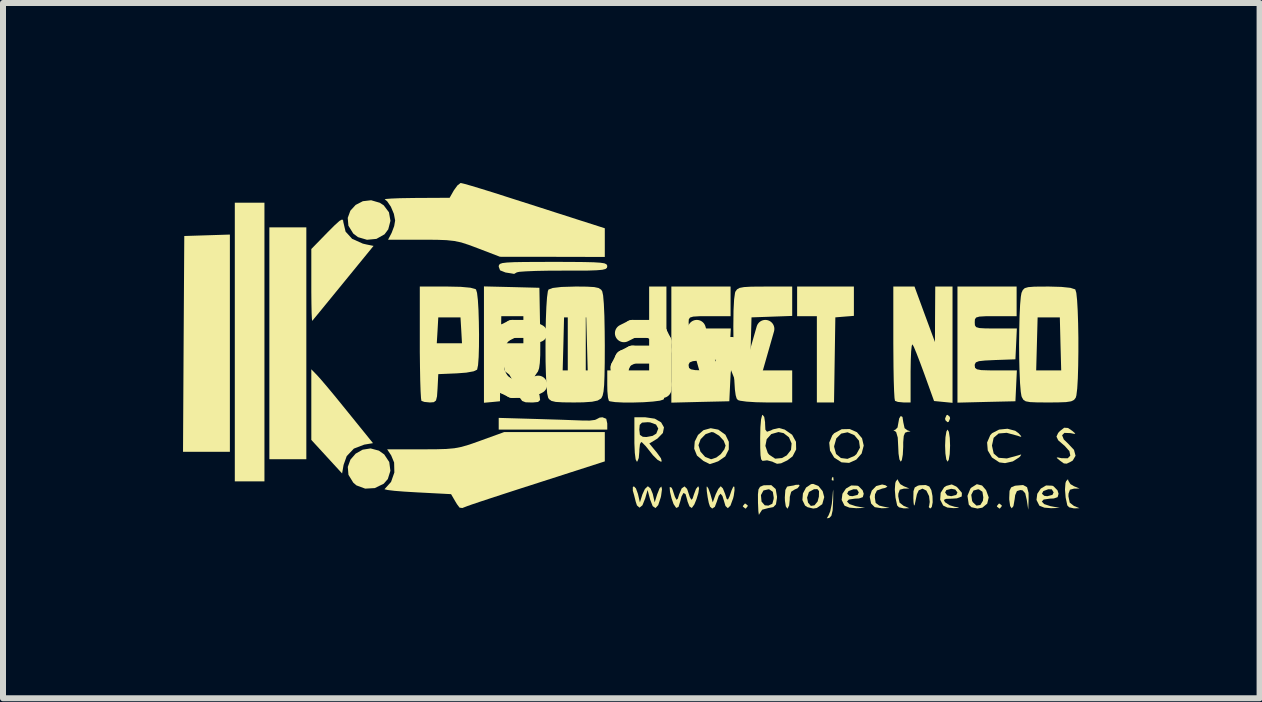
<source format=kicad_pcb>
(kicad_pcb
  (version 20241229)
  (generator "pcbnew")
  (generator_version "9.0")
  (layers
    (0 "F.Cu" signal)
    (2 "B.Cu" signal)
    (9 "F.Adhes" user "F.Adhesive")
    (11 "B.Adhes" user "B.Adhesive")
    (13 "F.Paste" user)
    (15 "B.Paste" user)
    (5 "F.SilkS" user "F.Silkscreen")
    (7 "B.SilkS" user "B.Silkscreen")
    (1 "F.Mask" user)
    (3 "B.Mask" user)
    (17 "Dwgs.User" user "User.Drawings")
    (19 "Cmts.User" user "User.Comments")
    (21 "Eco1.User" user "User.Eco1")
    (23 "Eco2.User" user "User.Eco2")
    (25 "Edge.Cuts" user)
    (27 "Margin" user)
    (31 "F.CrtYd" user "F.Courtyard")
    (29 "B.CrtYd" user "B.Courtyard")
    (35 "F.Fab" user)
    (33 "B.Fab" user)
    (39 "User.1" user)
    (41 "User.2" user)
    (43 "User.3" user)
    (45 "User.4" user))
  (footprint "claw"
    (layer "F.Cu")
    (at 7.419 2.753)
    (property "Reference" "claw" (at 0 0 0) (layer "F.SilkS") (effects (font (size 1.5 1.5) (thickness 0.3))))
    (attr board_only exclude_from_pos_files exclude_from_bom)
    (fp_poly (pts (xy 3.418 2.151) (xy 3.423 2.2) (xy 3.418 2.206) (xy 3.394 2.2) (xy 3.391 2.178) (xy 3.406 2.144)) (stroke (width 0) (type solid)) (fill yes) (layer "F.SilkS"))
    (fp_poly (pts (xy -6.638 -0.084) (xy -6.638 1.726) (xy -7.029 1.726) (xy -7.419 1.726) (xy -7.409 -0.072) (xy -7.398 -1.87) (xy -7.018 -1.882) (xy -6.638 -1.894)) (stroke (width 0) (type solid)) (fill yes) (layer "F.SilkS"))
    (fp_poly (pts (xy -6.062 -0.103) (xy -6.062 2.219) (xy -6.309 2.219) (xy -6.556 2.219) (xy -6.556 -0.103) (xy -6.556 -2.425) (xy -6.309 -2.425) (xy -6.062 -2.425)) (stroke (width 0) (type solid)) (fill yes) (layer "F.SilkS"))
    (fp_poly (pts (xy -5.364 -0.082) (xy -5.364 1.85) (xy -5.672 1.85) (xy -5.98 1.85) (xy -5.98 -0.082) (xy -5.98 -2.014) (xy -5.672 -2.014) (xy -5.364 -2.014)) (stroke (width 0) (type solid)) (fill yes) (layer "F.SilkS"))
    (fp_poly (pts (xy 1.992 2.621) (xy 1.993 2.63) (xy 1.962 2.67) (xy 1.952 2.672) (xy 1.912 2.64) (xy 1.911 2.63) (xy 1.942 2.591) (xy 1.952 2.589)) (stroke (width 0) (type solid)) (fill yes) (layer "F.SilkS"))
    (fp_poly (pts (xy 5.359 1.143) (xy 5.364 1.171) (xy 5.341 1.226) (xy 5.322 1.233) (xy 5.286 1.2) (xy 5.281 1.171) (xy 5.304 1.117) (xy 5.322 1.11)) (stroke (width 0) (type solid)) (fill yes) (layer "F.SilkS"))
    (fp_poly (pts (xy 6.226 2.621) (xy 6.227 2.63) (xy 6.195 2.67) (xy 6.186 2.672) (xy 6.146 2.64) (xy 6.144 2.63) (xy 6.176 2.591) (xy 6.186 2.589)) (stroke (width 0) (type solid)) (fill yes) (layer "F.SilkS"))
    (fp_poly (pts (xy 5.344 1.394) (xy 5.359 1.494) (xy 5.364 1.623) (xy 5.358 1.763) (xy 5.342 1.859) (xy 5.322 1.891) (xy 5.301 1.853) (xy 5.286 1.753) (xy 5.281 1.623) (xy 5.287 1.484) (xy 5.303 1.388) (xy 5.322 1.356)) (stroke (width 0) (type solid)) (fill yes) (layer "F.SilkS"))
    (fp_poly (pts (xy 3.417 2.393) (xy 3.416 2.511) (xy 3.415 2.545) (xy 3.407 2.702) (xy 3.386 2.792) (xy 3.35 2.829) (xy 3.31 2.834) (xy 3.334 2.793) (xy 3.337 2.79) (xy 3.367 2.717) (xy 3.393 2.595) (xy 3.402 2.506) (xy 3.411 2.393) (xy 3.416 2.355)) (stroke (width 0) (type solid)) (fill yes) (layer "F.SilkS"))
    (fp_poly (pts (xy -5.182 0.453) (xy -5.122 0.52) (xy -5.022 0.637) (xy -4.894 0.791) (xy -4.75 0.968) (xy -4.668 1.069) (xy -4.253 1.582) (xy -4.4 1.607) (xy -4.572 1.673) (xy -4.691 1.798) (xy -4.743 1.944) (xy -4.768 2.087) (xy -5.025 1.807) (xy -5.281 1.528) (xy -5.281 0.94) (xy -5.281 0.351)) (stroke (width 0) (type solid)) (fill yes) (layer "F.SilkS"))
    (fp_poly (pts (xy -4.155 1.707) (xy -4.066 1.77) (xy -3.982 1.897) (xy -3.963 2.043) (xy -4.006 2.18) (xy -4.074 2.258) (xy -4.223 2.331) (xy -4.383 2.34) (xy -4.529 2.286) (xy -4.582 2.24) (xy -4.662 2.11) (xy -4.673 1.978) (xy -4.629 1.857) (xy -4.542 1.757) (xy -4.426 1.691) (xy -4.293 1.67)) (stroke (width 0) (type solid)) (fill yes) (layer "F.SilkS"))
    (fp_poly (pts (xy -4.14 -2.424) (xy -4.074 -2.381) (xy -3.987 -2.265) (xy -3.962 -2.123) (xy -3.999 -1.981) (xy -4.061 -1.898) (xy -4.196 -1.822) (xy -4.353 -1.807) (xy -4.503 -1.851) (xy -4.582 -1.911) (xy -4.663 -2.042) (xy -4.674 -2.172) (xy -4.63 -2.292) (xy -4.542 -2.388) (xy -4.422 -2.45) (xy -4.284 -2.466)) (stroke (width 0) (type solid)) (fill yes) (layer "F.SilkS"))
    (fp_poly (pts (xy 3.761 -0.783) (xy 3.761 -0.539) (xy 3.607 -0.527) (xy 3.452 -0.514) (xy 3.441 0.195) (xy 3.43 0.904) (xy 3.287 0.904) (xy 3.144 0.904) (xy 3.144 0.185) (xy 3.144 -0.534) (xy 2.98 -0.534) (xy 2.815 -0.534) (xy 2.815 -0.781) (xy 2.815 -1.028) (xy 3.288 -1.028) (xy 3.761 -1.028)) (stroke (width 0) (type solid)) (fill yes) (layer "F.SilkS"))
    (fp_poly (pts (xy -0.366 1.176) (xy -0.349 1.254) (xy -0.349 1.356) (xy -1.254 1.356) (xy -2.158 1.356) (xy -2.158 1.259) (xy -2.158 1.161) (xy -1.572 1.178) (xy -1.339 1.185) (xy -1.115 1.192) (xy -0.924 1.199) (xy -0.787 1.204) (xy -0.768 1.205) (xy -0.642 1.206) (xy -0.554 1.195) (xy -0.529 1.184) (xy -0.476 1.156) (xy -0.429 1.151)) (stroke (width 0) (type solid)) (fill yes) (layer "F.SilkS"))
    (fp_poly (pts (xy 2.856 2.292) (xy 2.822 2.334) (xy 2.774 2.355) (xy 2.716 2.392) (xy 2.693 2.477) (xy 2.692 2.524) (xy 2.682 2.62) (xy 2.657 2.67) (xy 2.651 2.672) (xy 2.626 2.635) (xy 2.612 2.542) (xy 2.61 2.487) (xy 2.619 2.362) (xy 2.648 2.307) (xy 2.668 2.302) (xy 2.759 2.287) (xy 2.791 2.277) (xy 2.846 2.275)) (stroke (width 0) (type solid)) (fill yes) (layer "F.SilkS"))
    (fp_poly (pts (xy 4.288 2.284) (xy 4.32 2.308) (xy 4.28 2.329) (xy 4.233 2.339) (xy 4.145 2.371) (xy 4.113 2.435) (xy 4.11 2.487) (xy 4.124 2.578) (xy 4.183 2.622) (xy 4.233 2.635) (xy 4.357 2.662) (xy 4.225 2.667) (xy 4.109 2.649) (xy 4.048 2.588) (xy 4.025 2.477) (xy 4.059 2.373) (xy 4.133 2.297) (xy 4.232 2.271)) (stroke (width 0) (type solid)) (fill yes) (layer "F.SilkS"))
    (fp_poly (pts (xy 4.5 2.21) (xy 4.534 2.265) (xy 4.593 2.3) (xy 4.685 2.338) (xy 4.593 2.34) (xy 4.526 2.358) (xy 4.502 2.423) (xy 4.5 2.467) (xy 4.522 2.573) (xy 4.593 2.629) (xy 4.685 2.666) (xy 4.592 2.669) (xy 4.512 2.651) (xy 4.482 2.62) (xy 4.454 2.489) (xy 4.443 2.354) (xy 4.451 2.248) (xy 4.462 2.216) (xy 4.493 2.183)) (stroke (width 0) (type solid)) (fill yes) (layer "F.SilkS"))
    (fp_poly (pts (xy 7.336 2.21) (xy 7.37 2.265) (xy 7.429 2.3) (xy 7.521 2.338) (xy 7.429 2.34) (xy 7.362 2.358) (xy 7.338 2.423) (xy 7.336 2.467) (xy 7.358 2.573) (xy 7.429 2.629) (xy 7.521 2.666) (xy 7.428 2.669) (xy 7.348 2.651) (xy 7.318 2.62) (xy 7.29 2.489) (xy 7.279 2.354) (xy 7.287 2.248) (xy 7.298 2.216) (xy 7.329 2.183)) (stroke (width 0) (type solid)) (fill yes) (layer "F.SilkS"))
    (fp_poly (pts (xy 6.647 2.316) (xy 6.672 2.411) (xy 6.673 2.501) (xy 6.667 2.692) (xy 6.642 2.528) (xy 6.616 2.417) (xy 6.574 2.37) (xy 6.535 2.363) (xy 6.478 2.381) (xy 6.449 2.448) (xy 6.44 2.517) (xy 6.42 2.631) (xy 6.391 2.668) (xy 6.365 2.63) (xy 6.35 2.521) (xy 6.35 2.491) (xy 6.355 2.377) (xy 6.381 2.32) (xy 6.44 2.294) (xy 6.46 2.29) (xy 6.581 2.28)) (stroke (width 0) (type solid)) (fill yes) (layer "F.SilkS"))
    (fp_poly (pts (xy -4.75 -2.128) (xy -4.748 -2.104) (xy -4.71 -1.943) (xy -4.601 -1.823) (xy -4.422 -1.743) (xy -4.362 -1.729) (xy -4.244 -1.705) (xy -4.747 -1.089) (xy -4.904 -0.897) (xy -5.042 -0.728) (xy -5.154 -0.591) (xy -5.231 -0.498) (xy -5.265 -0.456) (xy -5.266 -0.456) (xy -5.271 -0.488) (xy -5.276 -0.589) (xy -5.279 -0.744) (xy -5.281 -0.941) (xy -5.281 -1.046) (xy -5.281 -1.653) (xy -5.015 -1.926) (xy -4.89 -2.051) (xy -4.811 -2.122) (xy -4.767 -2.146)) (stroke (width 0) (type solid)) (fill yes) (layer "F.SilkS"))
    (fp_poly (pts (xy 5.018 2.305) (xy 5.052 2.367) (xy 5.071 2.465) (xy 5.074 2.568) (xy 5.059 2.647) (xy 5.032 2.672) (xy 5.008 2.646) (xy 5.015 2.629) (xy 5.025 2.562) (xy 5.014 2.465) (xy 4.969 2.373) (xy 4.904 2.34) (xy 4.842 2.368) (xy 4.811 2.435) (xy 4.787 2.55) (xy 4.774 2.61) (xy 4.763 2.623) (xy 4.755 2.566) (xy 4.752 2.501) (xy 4.754 2.383) (xy 4.775 2.321) (xy 4.827 2.291) (xy 4.854 2.284) (xy 4.959 2.28)) (stroke (width 0) (type solid)) (fill yes) (layer "F.SilkS"))
    (fp_poly (pts (xy 0.637 -0.111) (xy 0.636 0.221) (xy 0.631 0.477) (xy 0.622 0.662) (xy 0.61 0.783) (xy 0.594 0.846) (xy 0.588 0.855) (xy 0.529 0.874) (xy 0.411 0.889) (xy 0.256 0.9) (xy 0.084 0.905) (xy -0.081 0.905) (xy -0.218 0.898) (xy -0.305 0.885) (xy -0.322 0.877) (xy -0.337 0.824) (xy -0.347 0.715) (xy -0.349 0.61) (xy -0.349 0.37) (xy 0 0.37) (xy 0.349 0.37) (xy 0.349 -0.329) (xy 0.349 -1.028) (xy 0.493 -1.028) (xy 0.637 -1.028)) (stroke (width 0) (type solid)) (fill yes) (layer "F.SilkS"))
    (fp_poly (pts (xy 3.17 2.296) (xy 3.24 2.382) (xy 3.267 2.481) (xy 3.234 2.599) (xy 3.143 2.663) (xy 3.083 2.672) (xy 2.988 2.649) (xy 2.947 2.622) (xy 2.903 2.53) (xy 2.906 2.49) (xy 2.981 2.49) (xy 2.997 2.574) (xy 3.044 2.628) (xy 3.104 2.618) (xy 3.156 2.555) (xy 3.178 2.473) (xy 3.18 2.381) (xy 3.153 2.348) (xy 3.096 2.35) (xy 3.012 2.396) (xy 2.981 2.49) (xy 2.906 2.49) (xy 2.912 2.42) (xy 2.964 2.322) (xy 3.048 2.265) (xy 3.083 2.261)) (stroke (width 0) (type solid)) (fill yes) (layer "F.SilkS"))
    (fp_poly (pts (xy 5.897 2.288) (xy 5.964 2.365) (xy 6.008 2.486) (xy 5.983 2.59) (xy 5.902 2.657) (xy 5.821 2.672) (xy 5.72 2.65) (xy 5.676 2.607) (xy 5.654 2.461) (xy 5.66 2.444) (xy 5.717 2.444) (xy 5.731 2.542) (xy 5.742 2.565) (xy 5.804 2.623) (xy 5.868 2.613) (xy 5.911 2.543) (xy 5.918 2.486) (xy 5.903 2.392) (xy 5.847 2.354) (xy 5.831 2.351) (xy 5.754 2.372) (xy 5.717 2.444) (xy 5.66 2.444) (xy 5.702 2.341) (xy 5.716 2.325) (xy 5.81 2.266)) (stroke (width 0) (type solid)) (fill yes) (layer "F.SilkS"))
    (fp_poly (pts (xy 6.45 1.376) (xy 6.505 1.416) (xy 6.552 1.469) (xy 6.539 1.476) (xy 6.494 1.46) (xy 6.308 1.41) (xy 6.173 1.421) (xy 6.09 1.493) (xy 6.062 1.623) (xy 6.091 1.755) (xy 6.174 1.826) (xy 6.31 1.837) (xy 6.494 1.787) (xy 6.55 1.77) (xy 6.537 1.796) (xy 6.514 1.82) (xy 6.41 1.886) (xy 6.28 1.915) (xy 6.186 1.903) (xy 6.062 1.821) (xy 5.992 1.703) (xy 5.981 1.571) (xy 6.034 1.448) (xy 6.064 1.416) (xy 6.181 1.356) (xy 6.321 1.342)) (stroke (width 0) (type solid)) (fill yes) (layer "F.SilkS"))
    (fp_poly (pts (xy 4.571 1.146) (xy 4.583 1.225) (xy 4.583 1.228) (xy 4.606 1.333) (xy 4.655 1.369) (xy 4.705 1.385) (xy 4.676 1.391) (xy 4.655 1.393) (xy 4.614 1.409) (xy 4.592 1.462) (xy 4.583 1.57) (xy 4.583 1.644) (xy 4.576 1.775) (xy 4.56 1.864) (xy 4.542 1.891) (xy 4.52 1.853) (xy 4.505 1.756) (xy 4.5 1.647) (xy 4.492 1.489) (xy 4.466 1.399) (xy 4.449 1.384) (xy 4.419 1.365) (xy 4.449 1.36) (xy 4.488 1.322) (xy 4.5 1.256) (xy 4.516 1.169) (xy 4.542 1.13)) (stroke (width 0) (type solid)) (fill yes) (layer "F.SilkS"))
    (fp_poly (pts (xy 3.812 1.4) (xy 3.897 1.501) (xy 3.925 1.623) (xy 3.89 1.755) (xy 3.801 1.857) (xy 3.681 1.911) (xy 3.555 1.902) (xy 3.433 1.823) (xy 3.363 1.706) (xy 3.357 1.645) (xy 3.432 1.645) (xy 3.464 1.762) (xy 3.545 1.83) (xy 3.654 1.844) (xy 3.769 1.795) (xy 3.804 1.765) (xy 3.862 1.658) (xy 3.846 1.542) (xy 3.769 1.449) (xy 3.656 1.401) (xy 3.549 1.423) (xy 3.468 1.503) (xy 3.432 1.631) (xy 3.432 1.645) (xy 3.357 1.645) (xy 3.35 1.574) (xy 3.401 1.452) (xy 3.432 1.417) (xy 3.558 1.35) (xy 3.692 1.347)) (stroke (width 0) (type solid)) (fill yes) (layer "F.SilkS"))
    (fp_poly (pts (xy 7.329 1.329) (xy 7.4 1.377) (xy 7.451 1.421) (xy 7.435 1.428) (xy 7.372 1.415) (xy 7.27 1.411) (xy 7.231 1.45) (xy 7.259 1.52) (xy 7.331 1.59) (xy 7.429 1.694) (xy 7.455 1.792) (xy 7.409 1.871) (xy 7.38 1.889) (xy 7.308 1.924) (xy 7.26 1.92) (xy 7.192 1.871) (xy 7.19 1.869) (xy 7.14 1.827) (xy 7.156 1.819) (xy 7.223 1.833) (xy 7.325 1.834) (xy 7.368 1.79) (xy 7.352 1.715) (xy 7.272 1.625) (xy 7.26 1.616) (xy 7.166 1.534) (xy 7.137 1.473) (xy 7.165 1.412) (xy 7.195 1.38) (xy 7.266 1.325)) (stroke (width 0) (type solid)) (fill yes) (layer "F.SilkS"))
    (fp_poly (pts (xy 3.819 2.291) (xy 3.84 2.3) (xy 3.907 2.368) (xy 3.925 2.426) (xy 3.909 2.482) (xy 3.846 2.504) (xy 3.778 2.507) (xy 3.676 2.522) (xy 3.646 2.556) (xy 3.687 2.598) (xy 3.793 2.633) (xy 3.805 2.635) (xy 3.946 2.661) (xy 3.8 2.666) (xy 3.688 2.657) (xy 3.609 2.626) (xy 3.604 2.622) (xy 3.557 2.528) (xy 3.57 2.427) (xy 3.571 2.425) (xy 3.648 2.425) (xy 3.687 2.46) (xy 3.737 2.466) (xy 3.823 2.444) (xy 3.843 2.402) (xy 3.812 2.352) (xy 3.754 2.35) (xy 3.671 2.381) (xy 3.648 2.425) (xy 3.571 2.425) (xy 3.629 2.339) (xy 3.717 2.287)) (stroke (width 0) (type solid)) (fill yes) (layer "F.SilkS"))
    (fp_poly (pts (xy 7.066 2.291) (xy 7.087 2.3) (xy 7.154 2.368) (xy 7.172 2.426) (xy 7.156 2.482) (xy 7.093 2.504) (xy 7.025 2.507) (xy 6.923 2.522) (xy 6.893 2.556) (xy 6.933 2.598) (xy 7.04 2.633) (xy 7.052 2.635) (xy 7.193 2.661) (xy 7.047 2.666) (xy 6.935 2.657) (xy 6.856 2.626) (xy 6.851 2.622) (xy 6.804 2.528) (xy 6.817 2.427) (xy 6.818 2.425) (xy 6.895 2.425) (xy 6.934 2.46) (xy 6.984 2.466) (xy 7.07 2.444) (xy 7.09 2.402) (xy 7.059 2.352) (xy 7.001 2.35) (xy 6.918 2.381) (xy 6.895 2.425) (xy 6.818 2.425) (xy 6.876 2.339) (xy 6.964 2.287)) (stroke (width 0) (type solid)) (fill yes) (layer "F.SilkS"))
    (fp_poly (pts (xy 0.372 2.337) (xy 0.408 2.424) (xy 0.411 2.435) (xy 0.441 2.569) (xy 0.483 2.435) (xy 0.524 2.332) (xy 0.553 2.305) (xy 0.563 2.35) (xy 0.548 2.46) (xy 0.542 2.487) (xy 0.5 2.615) (xy 0.455 2.664) (xy 0.408 2.632) (xy 0.364 2.518) (xy 0.364 2.517) (xy 0.323 2.363) (xy 0.283 2.504) (xy 0.237 2.618) (xy 0.189 2.657) (xy 0.146 2.62) (xy 0.126 2.56) (xy 0.098 2.448) (xy 0.077 2.374) (xy 0.077 2.314) (xy 0.095 2.302) (xy 0.129 2.337) (xy 0.161 2.424) (xy 0.164 2.435) (xy 0.195 2.569) (xy 0.237 2.435) (xy 0.279 2.345) (xy 0.325 2.302) (xy 0.33 2.302)) (stroke (width 0) (type solid)) (fill yes) (layer "F.SilkS"))
    (fp_poly (pts (xy 2.458 2.347) (xy 2.48 2.474) (xy 2.478 2.504) (xy 2.462 2.603) (xy 2.418 2.648) (xy 2.335 2.664) (xy 2.233 2.691) (xy 2.189 2.757) (xy 2.186 2.766) (xy 2.177 2.775) (xy 2.169 2.715) (xy 2.164 2.598) (xy 2.163 2.584) (xy 2.162 2.448) (xy 2.212 2.448) (xy 2.222 2.556) (xy 2.276 2.618) (xy 2.336 2.623) (xy 2.402 2.592) (xy 2.424 2.512) (xy 2.425 2.487) (xy 2.41 2.393) (xy 2.354 2.354) (xy 2.338 2.351) (xy 2.254 2.371) (xy 2.212 2.448) (xy 2.162 2.448) (xy 2.162 2.437) (xy 2.171 2.353) (xy 2.197 2.31) (xy 2.247 2.288) (xy 2.264 2.284) (xy 2.385 2.282)) (stroke (width 0) (type solid)) (fill yes) (layer "F.SilkS"))
    (fp_poly (pts (xy 4.941 -0.565) (xy 5.112 -0.103) (xy 5.114 -0.565) (xy 5.117 -1.028) (xy 5.261 -1.028) (xy 5.405 -1.028) (xy 5.405 -0.059) (xy 5.405 0.91) (xy 5.251 0.895) (xy 5.097 0.88) (xy 4.932 0.422) (xy 4.865 0.241) (xy 4.806 0.088) (xy 4.761 -0.02) (xy 4.737 -0.065) (xy 4.725 -0.039) (xy 4.715 0.055) (xy 4.709 0.202) (xy 4.706 0.388) (xy 4.706 0.404) (xy 4.706 0.904) (xy 4.59 0.904) (xy 4.495 0.895) (xy 4.446 0.877) (xy 4.438 0.83) (xy 4.431 0.712) (xy 4.425 0.536) (xy 4.421 0.314) (xy 4.419 0.058) (xy 4.418 -0.089) (xy 4.418 -1.028) (xy 4.595 -1.028) (xy 4.771 -1.028)) (stroke (width 0) (type solid)) (fill yes) (layer "F.SilkS"))
    (fp_poly (pts (xy 5.467 2.305) (xy 5.487 2.322) (xy 5.561 2.41) (xy 5.558 2.471) (xy 5.478 2.502) (xy 5.4 2.507) (xy 5.296 2.511) (xy 5.26 2.529) (xy 5.279 2.566) (xy 5.279 2.566) (xy 5.356 2.617) (xy 5.439 2.642) (xy 5.509 2.654) (xy 5.502 2.661) (xy 5.423 2.665) (xy 5.318 2.655) (xy 5.249 2.622) (xy 5.199 2.524) (xy 5.207 2.41) (xy 5.211 2.404) (xy 5.281 2.404) (xy 5.317 2.454) (xy 5.384 2.466) (xy 5.467 2.445) (xy 5.487 2.404) (xy 5.451 2.355) (xy 5.384 2.343) (xy 5.302 2.364) (xy 5.281 2.404) (xy 5.211 2.404) (xy 5.265 2.318) (xy 5.302 2.294) (xy 5.392 2.27)) (stroke (width 0) (type solid)) (fill yes) (layer "F.SilkS"))
    (fp_poly (pts (xy -0.958 -1.438) (xy -0.735 -1.436) (xy -0.574 -1.432) (xy -0.465 -1.425) (xy -0.398 -1.415) (xy -0.363 -1.399) (xy -0.351 -1.379) (xy -0.349 -1.365) (xy -0.355 -1.339) (xy -0.379 -1.32) (xy -0.432 -1.307) (xy -0.526 -1.299) (xy -0.671 -1.294) (xy -0.878 -1.293) (xy -1.093 -1.293) (xy -1.332 -1.292) (xy -1.541 -1.288) (xy -1.707 -1.281) (xy -1.816 -1.273) (xy -1.856 -1.264) (xy -1.9 -1.239) (xy -1.903 -1.239) (xy -1.961 -1.249) (xy -2.045 -1.262) (xy -2.135 -1.298) (xy -2.158 -1.359) (xy -2.154 -1.385) (xy -2.137 -1.405) (xy -2.096 -1.419) (xy -2.02 -1.428) (xy -1.901 -1.434) (xy -1.727 -1.437) (xy -1.489 -1.438) (xy -1.254 -1.439)) (stroke (width 0) (type solid)) (fill yes) (layer "F.SilkS"))
    (fp_poly (pts (xy 2.733 -0.783) (xy 2.733 -0.538) (xy 2.394 -0.526) (xy 2.055 -0.514) (xy 2.043 -0.072) (xy 2.032 0.37) (xy 2.382 0.37) (xy 2.733 0.37) (xy 2.733 0.637) (xy 2.733 0.904) (xy 2.312 0.904) (xy 2.129 0.9) (xy 1.972 0.89) (xy 1.864 0.875) (xy 1.829 0.864) (xy 1.807 0.838) (xy 1.791 0.783) (xy 1.778 0.688) (xy 1.769 0.545) (xy 1.762 0.343) (xy 1.756 0.071) (xy 1.755 -0.017) (xy 1.752 -0.36) (xy 1.755 -0.626) (xy 1.765 -0.814) (xy 1.78 -0.923) (xy 1.787 -0.944) (xy 1.814 -0.981) (xy 1.856 -1.005) (xy 1.931 -1.019) (xy 2.053 -1.026) (xy 2.239 -1.027) (xy 2.283 -1.028) (xy 2.733 -1.028)) (stroke (width 0) (type solid)) (fill yes) (layer "F.SilkS"))
    (fp_poly (pts (xy -0.39 1.642) (xy -0.39 1.886) (xy -1.49 2.24) (xy -1.78 2.333) (xy -2.048 2.42) (xy -2.284 2.497) (xy -2.475 2.56) (xy -2.611 2.606) (xy -2.681 2.631) (xy -2.684 2.632) (xy -2.764 2.663) (xy -2.81 2.657) (xy -2.853 2.6) (xy -2.882 2.552) (xy -2.952 2.432) (xy -3.525 2.402) (xy -3.727 2.39) (xy -3.893 2.377) (xy -4.008 2.363) (xy -4.06 2.351) (xy -4.06 2.348) (xy -3.952 2.228) (xy -3.897 2.071) (xy -3.901 1.905) (xy -3.95 1.786) (xy -4.017 1.685) (xy -3.439 1.685) (xy -3.205 1.684) (xy -3.032 1.679) (xy -2.897 1.667) (xy -2.777 1.644) (xy -2.65 1.607) (xy -2.496 1.553) (xy -2.463 1.541) (xy -2.066 1.397) (xy -1.228 1.397) (xy -0.39 1.397)) (stroke (width 0) (type solid)) (fill yes) (layer "F.SilkS"))
    (fp_poly (pts (xy 1.181 2.334) (xy 1.169 2.414) (xy 1.139 2.513) (xy 1.102 2.604) (xy 1.064 2.657) (xy 1.057 2.662) (xy 1.021 2.636) (xy 0.989 2.554) (xy 0.984 2.531) (xy 0.955 2.43) (xy 0.921 2.412) (xy 0.888 2.473) (xy 0.869 2.547) (xy 0.838 2.645) (xy 0.8 2.662) (xy 0.756 2.597) (xy 0.723 2.503) (xy 0.697 2.395) (xy 0.691 2.324) (xy 0.695 2.312) (xy 0.724 2.325) (xy 0.739 2.357) (xy 0.779 2.478) (xy 0.805 2.526) (xy 0.826 2.508) (xy 0.849 2.435) (xy 0.891 2.336) (xy 0.939 2.303) (xy 0.98 2.343) (xy 0.988 2.363) (xy 1.027 2.481) (xy 1.053 2.526) (xy 1.074 2.504) (xy 1.096 2.435) (xy 1.13 2.345) (xy 1.165 2.302) (xy 1.168 2.302)) (stroke (width 0) (type solid)) (fill yes) (layer "F.SilkS"))
    (fp_poly (pts (xy 1.502 1.357) (xy 1.62 1.442) (xy 1.677 1.56) (xy 1.676 1.688) (xy 1.617 1.804) (xy 1.499 1.885) (xy 1.49 1.888) (xy 1.403 1.918) (xy 1.361 1.931) (xy 1.36 1.931) (xy 1.325 1.914) (xy 1.254 1.879) (xy 1.146 1.789) (xy 1.1 1.675) (xy 1.104 1.616) (xy 1.171 1.616) (xy 1.171 1.616) (xy 1.204 1.723) (xy 1.282 1.811) (xy 1.378 1.849) (xy 1.383 1.85) (xy 1.468 1.822) (xy 1.541 1.767) (xy 1.602 1.686) (xy 1.623 1.623) (xy 1.591 1.54) (xy 1.514 1.457) (xy 1.424 1.403) (xy 1.39 1.397) (xy 1.29 1.432) (xy 1.207 1.516) (xy 1.171 1.616) (xy 1.104 1.616) (xy 1.109 1.555) (xy 1.163 1.446) (xy 1.254 1.366) (xy 1.375 1.333)) (stroke (width 0) (type solid)) (fill yes) (layer "F.SilkS"))
    (fp_poly (pts (xy 1.706 -0.781) (xy 1.706 -0.534) (xy 1.356 -0.534) (xy 1.187 -0.533) (xy 1.084 -0.527) (xy 1.03 -0.511) (xy 1.01 -0.481) (xy 1.007 -0.432) (xy 1.01 -0.382) (xy 1.031 -0.352) (xy 1.084 -0.336) (xy 1.188 -0.33) (xy 1.357 -0.329) (xy 1.358 -0.329) (xy 1.71 -0.329) (xy 1.697 -0.072) (xy 1.685 0.185) (xy 1.346 0.197) (xy 1.179 0.205) (xy 1.077 0.216) (xy 1.026 0.236) (xy 1.008 0.269) (xy 1.007 0.289) (xy 1.014 0.328) (xy 1.045 0.352) (xy 1.117 0.365) (xy 1.245 0.369) (xy 1.358 0.37) (xy 1.71 0.37) (xy 1.697 0.627) (xy 1.685 0.884) (xy 1.202 0.895) (xy 0.719 0.907) (xy 0.719 -0.06) (xy 0.719 -1.028) (xy 1.212 -1.028) (xy 1.706 -1.028)) (stroke (width 0) (type solid)) (fill yes) (layer "F.SilkS"))
    (fp_poly (pts (xy 6.473 -0.781) (xy 6.473 -0.534) (xy 6.124 -0.534) (xy 5.955 -0.533) (xy 5.852 -0.527) (xy 5.798 -0.511) (xy 5.778 -0.481) (xy 5.775 -0.432) (xy 5.778 -0.382) (xy 5.798 -0.352) (xy 5.852 -0.336) (xy 5.955 -0.33) (xy 6.125 -0.329) (xy 6.126 -0.329) (xy 6.477 -0.329) (xy 6.465 -0.072) (xy 6.453 0.185) (xy 6.114 0.197) (xy 5.946 0.205) (xy 5.845 0.216) (xy 5.794 0.236) (xy 5.776 0.269) (xy 5.775 0.289) (xy 5.781 0.328) (xy 5.813 0.352) (xy 5.884 0.365) (xy 6.012 0.369) (xy 6.126 0.37) (xy 6.477 0.37) (xy 6.465 0.627) (xy 6.453 0.884) (xy 5.97 0.895) (xy 5.487 0.907) (xy 5.487 -0.06) (xy 5.487 -1.028) (xy 5.98 -1.028) (xy 6.473 -1.028)) (stroke (width 0) (type solid)) (fill yes) (layer "F.SilkS"))
    (fp_poly (pts (xy 1.578 2.337) (xy 1.613 2.423) (xy 1.617 2.435) (xy 1.641 2.51) (xy 1.662 2.523) (xy 1.689 2.468) (xy 1.723 2.368) (xy 1.752 2.305) (xy 1.769 2.309) (xy 1.772 2.365) (xy 1.759 2.458) (xy 1.748 2.503) (xy 1.704 2.623) (xy 1.66 2.666) (xy 1.621 2.629) (xy 1.597 2.548) (xy 1.57 2.462) (xy 1.54 2.425) (xy 1.539 2.425) (xy 1.509 2.46) (xy 1.48 2.546) (xy 1.48 2.548) (xy 1.444 2.643) (xy 1.4 2.672) (xy 1.364 2.641) (xy 1.343 2.579) (xy 1.324 2.483) (xy 1.31 2.385) (xy 1.307 2.316) (xy 1.312 2.302) (xy 1.336 2.337) (xy 1.367 2.422) (xy 1.371 2.435) (xy 1.409 2.569) (xy 1.458 2.435) (xy 1.501 2.346) (xy 1.54 2.302) (xy 1.544 2.302)) (stroke (width 0) (type solid)) (fill yes) (layer "F.SilkS"))
    (fp_poly (pts (xy -2.737 -2.741) (xy -2.62 -2.708) (xy -2.451 -2.657) (xy -2.244 -2.593) (xy -2.029 -2.524) (xy -1.757 -2.437) (xy -1.472 -2.346) (xy -1.199 -2.258) (xy -0.964 -2.183) (xy -0.853 -2.147) (xy -0.39 -1.999) (xy -0.39 -1.76) (xy -0.39 -1.521) (xy -1.264 -1.523) (xy -2.137 -1.524) (xy -2.507 -1.666) (xy -2.66 -1.723) (xy -2.783 -1.763) (xy -2.898 -1.787) (xy -3.028 -1.801) (xy -3.193 -1.807) (xy -3.416 -1.808) (xy -3.44 -1.808) (xy -4.002 -1.808) (xy -3.943 -1.921) (xy -3.9 -2.035) (xy -3.884 -2.129) (xy -3.905 -2.239) (xy -3.955 -2.358) (xy -4.018 -2.45) (xy -4.058 -2.48) (xy -4.039 -2.487) (xy -3.95 -2.494) (xy -3.806 -2.5) (xy -3.618 -2.503) (xy -3.543 -2.504) (xy -2.976 -2.507) (xy -2.906 -2.63) (xy -2.846 -2.713) (xy -2.794 -2.753) (xy -2.789 -2.753)) (stroke (width 0) (type solid)) (fill yes) (layer "F.SilkS"))
    (fp_poly (pts (xy -1.942 -1.019) (xy -1.48 -1.007) (xy -1.468 -0.333) (xy -1.465 -0.074) (xy -1.466 0.115) (xy -1.473 0.247) (xy -1.485 0.334) (xy -1.504 0.388) (xy -1.52 0.41) (xy -1.556 0.463) (xy -1.56 0.524) (xy -1.532 0.624) (xy -1.521 0.656) (xy -1.477 0.79) (xy -1.468 0.864) (xy -1.502 0.896) (xy -1.586 0.904) (xy -1.621 0.904) (xy -1.71 0.901) (xy -1.767 0.879) (xy -1.809 0.822) (xy -1.854 0.71) (xy -1.873 0.658) (xy -1.929 0.529) (xy -1.982 0.44) (xy -2.019 0.411) (xy -2.053 0.386) (xy -2.071 0.302) (xy -2.076 0.164) (xy -2.076 -0.082) (xy -1.911 -0.082) (xy -1.747 -0.082) (xy -1.747 -0.308) (xy -1.747 -0.534) (xy -1.931 -0.534) (xy -2.115 -0.534) (xy -2.126 0.175) (xy -2.137 0.884) (xy -2.271 0.897) (xy -2.404 0.909) (xy -2.404 -0.06) (xy -2.404 -1.03)) (stroke (width 0) (type solid)) (fill yes) (layer "F.SilkS"))
    (fp_poly (pts (xy 0.442 1.174) (xy 0.548 1.235) (xy 0.596 1.319) (xy 0.578 1.413) (xy 0.488 1.505) (xy 0.474 1.514) (xy 0.352 1.588) (xy 0.477 1.739) (xy 0.546 1.835) (xy 0.559 1.885) (xy 0.545 1.891) (xy 0.489 1.86) (xy 0.411 1.782) (xy 0.368 1.727) (xy 0.292 1.632) (xy 0.234 1.573) (xy 0.216 1.563) (xy 0.196 1.599) (xy 0.186 1.689) (xy 0.185 1.726) (xy 0.176 1.829) (xy 0.153 1.886) (xy 0.144 1.891) (xy 0.124 1.852) (xy 0.11 1.744) (xy 0.103 1.582) (xy 0.103 1.521) (xy 0.103 1.356) (xy 0.185 1.356) (xy 0.195 1.444) (xy 0.243 1.476) (xy 0.303 1.48) (xy 0.406 1.461) (xy 0.468 1.423) (xy 0.501 1.339) (xy 0.464 1.272) (xy 0.366 1.236) (xy 0.324 1.233) (xy 0.23 1.24) (xy 0.192 1.278) (xy 0.185 1.356) (xy 0.103 1.356) (xy 0.103 1.151) (xy 0.285 1.151)) (stroke (width 0) (type solid)) (fill yes) (layer "F.SilkS"))
    (fp_poly (pts (xy -2.792 -1.023) (xy -2.628 -1.008) (xy -2.543 -0.984) (xy -2.536 -0.978) (xy -2.519 -0.922) (xy -2.505 -0.801) (xy -2.495 -0.634) (xy -2.489 -0.437) (xy -2.486 -0.23) (xy -2.487 -0.03) (xy -2.492 0.146) (xy -2.502 0.28) (xy -2.517 0.354) (xy -2.519 0.358) (xy -2.576 0.385) (xy -2.698 0.407) (xy -2.858 0.419) (xy -3.165 0.432) (xy -3.177 0.668) (xy -3.186 0.801) (xy -3.203 0.871) (xy -3.239 0.899) (xy -3.303 0.904) (xy -3.304 0.904) (xy -3.397 0.895) (xy -3.446 0.877) (xy -3.453 0.83) (xy -3.46 0.712) (xy -3.466 0.536) (xy -3.47 0.314) (xy -3.473 0.058) (xy -3.473 -0.082) (xy -3.19 -0.082) (xy -2.98 -0.082) (xy -2.77 -0.082) (xy -2.782 -0.298) (xy -2.795 -0.514) (xy -2.98 -0.514) (xy -3.165 -0.514) (xy -3.177 -0.298) (xy -3.19 -0.082) (xy -3.473 -0.082) (xy -3.473 -0.089) (xy -3.473 -1.028) (xy -3.029 -1.028)) (stroke (width 0) (type solid)) (fill yes) (layer "F.SilkS"))
    (fp_poly (pts (xy 2.267 1.146) (xy 2.281 1.235) (xy 2.281 1.254) (xy 2.286 1.357) (xy 2.313 1.392) (xy 2.378 1.37) (xy 2.411 1.353) (xy 2.512 1.33) (xy 2.608 1.356) (xy 2.732 1.442) (xy 2.796 1.559) (xy 2.799 1.687) (xy 2.739 1.803) (xy 2.652 1.869) (xy 2.548 1.918) (xy 2.48 1.926) (xy 2.416 1.898) (xy 2.404 1.891) (xy 2.314 1.868) (xy 2.271 1.874) (xy 2.237 1.877) (xy 2.216 1.852) (xy 2.205 1.784) (xy 2.2 1.66) (xy 2.2 1.628) (xy 2.286 1.628) (xy 2.326 1.745) (xy 2.349 1.774) (xy 2.449 1.841) (xy 2.563 1.83) (xy 2.642 1.786) (xy 2.713 1.695) (xy 2.723 1.587) (xy 2.679 1.485) (xy 2.59 1.415) (xy 2.504 1.397) (xy 2.384 1.431) (xy 2.308 1.516) (xy 2.286 1.628) (xy 2.2 1.628) (xy 2.199 1.503) (xy 2.203 1.318) (xy 2.214 1.185) (xy 2.232 1.116) (xy 2.24 1.11)) (stroke (width 0) (type solid)) (fill yes) (layer "F.SilkS"))
    (fp_poly (pts (xy -0.689 -1.026) (xy -0.567 -1.019) (xy -0.493 -1.003) (xy -0.452 -0.976) (xy -0.433 -0.948) (xy -0.418 -0.879) (xy -0.406 -0.739) (xy -0.397 -0.538) (xy -0.392 -0.286) (xy -0.39 -0.047) (xy -0.391 0.241) (xy -0.395 0.457) (xy -0.401 0.614) (xy -0.411 0.72) (xy -0.426 0.789) (xy -0.446 0.83) (xy -0.455 0.84) (xy -0.509 0.872) (xy -0.603 0.892) (xy -0.751 0.902) (xy -0.906 0.904) (xy -1.09 0.902) (xy -1.208 0.895) (xy -1.279 0.878) (xy -1.319 0.849) (xy -1.334 0.825) (xy -1.35 0.755) (xy -1.362 0.62) (xy -1.371 0.437) (xy -1.373 0.37) (xy -1.092 0.37) (xy -0.884 0.37) (xy -0.675 0.37) (xy -0.687 -0.072) (xy -0.699 -0.514) (xy -0.884 -0.514) (xy -1.069 -0.514) (xy -1.08 -0.072) (xy -1.092 0.37) (xy -1.373 0.37) (xy -1.377 0.22) (xy -1.378 -0.017) (xy -1.377 -0.256) (xy -1.372 -0.484) (xy -1.364 -0.686) (xy -1.353 -0.846) (xy -1.339 -0.949) (xy -1.328 -0.978) (xy -1.257 -1.004) (xy -1.112 -1.021) (xy -0.899 -1.027) (xy -0.877 -1.028)) (stroke (width 0) (type solid)) (fill yes) (layer "F.SilkS"))
    (fp_poly (pts (xy 7.218 -1.022) (xy 7.37 -1.006) (xy 7.448 -0.981) (xy 7.451 -0.978) (xy 7.468 -0.922) (xy 7.481 -0.798) (xy 7.491 -0.623) (xy 7.498 -0.411) (xy 7.502 -0.177) (xy 7.502 0.063) (xy 7.499 0.294) (xy 7.493 0.502) (xy 7.483 0.671) (xy 7.469 0.786) (xy 7.458 0.825) (xy 7.43 0.861) (xy 7.382 0.885) (xy 7.297 0.898) (xy 7.159 0.903) (xy 7.005 0.904) (xy 6.818 0.903) (xy 6.697 0.898) (xy 6.625 0.885) (xy 6.586 0.86) (xy 6.562 0.819) (xy 6.554 0.799) (xy 6.542 0.725) (xy 6.53 0.584) (xy 6.522 0.391) (xy 6.521 0.37) (xy 6.799 0.37) (xy 7.008 0.37) (xy 7.216 0.37) (xy 7.204 -0.072) (xy 7.193 -0.514) (xy 7.008 -0.514) (xy 6.823 -0.514) (xy 6.811 -0.072) (xy 6.799 0.37) (xy 6.521 0.37) (xy 6.516 0.163) (xy 6.514 -0.062) (xy 6.517 -0.31) (xy 6.522 -0.535) (xy 6.531 -0.723) (xy 6.543 -0.858) (xy 6.554 -0.922) (xy 6.576 -0.97) (xy 6.608 -1.001) (xy 6.667 -1.018) (xy 6.77 -1.026) (xy 6.932 -1.027) (xy 6.998 -1.028)) (stroke (width 0) (type solid)) (fill yes) (layer "F.SilkS")))
  (gr_rect
    (start -3 -3)
    (end 17.941 8.587)
    (stroke (width 0.1) (type default))
    (fill no)
    (layer "Edge.Cuts")))
</source>
